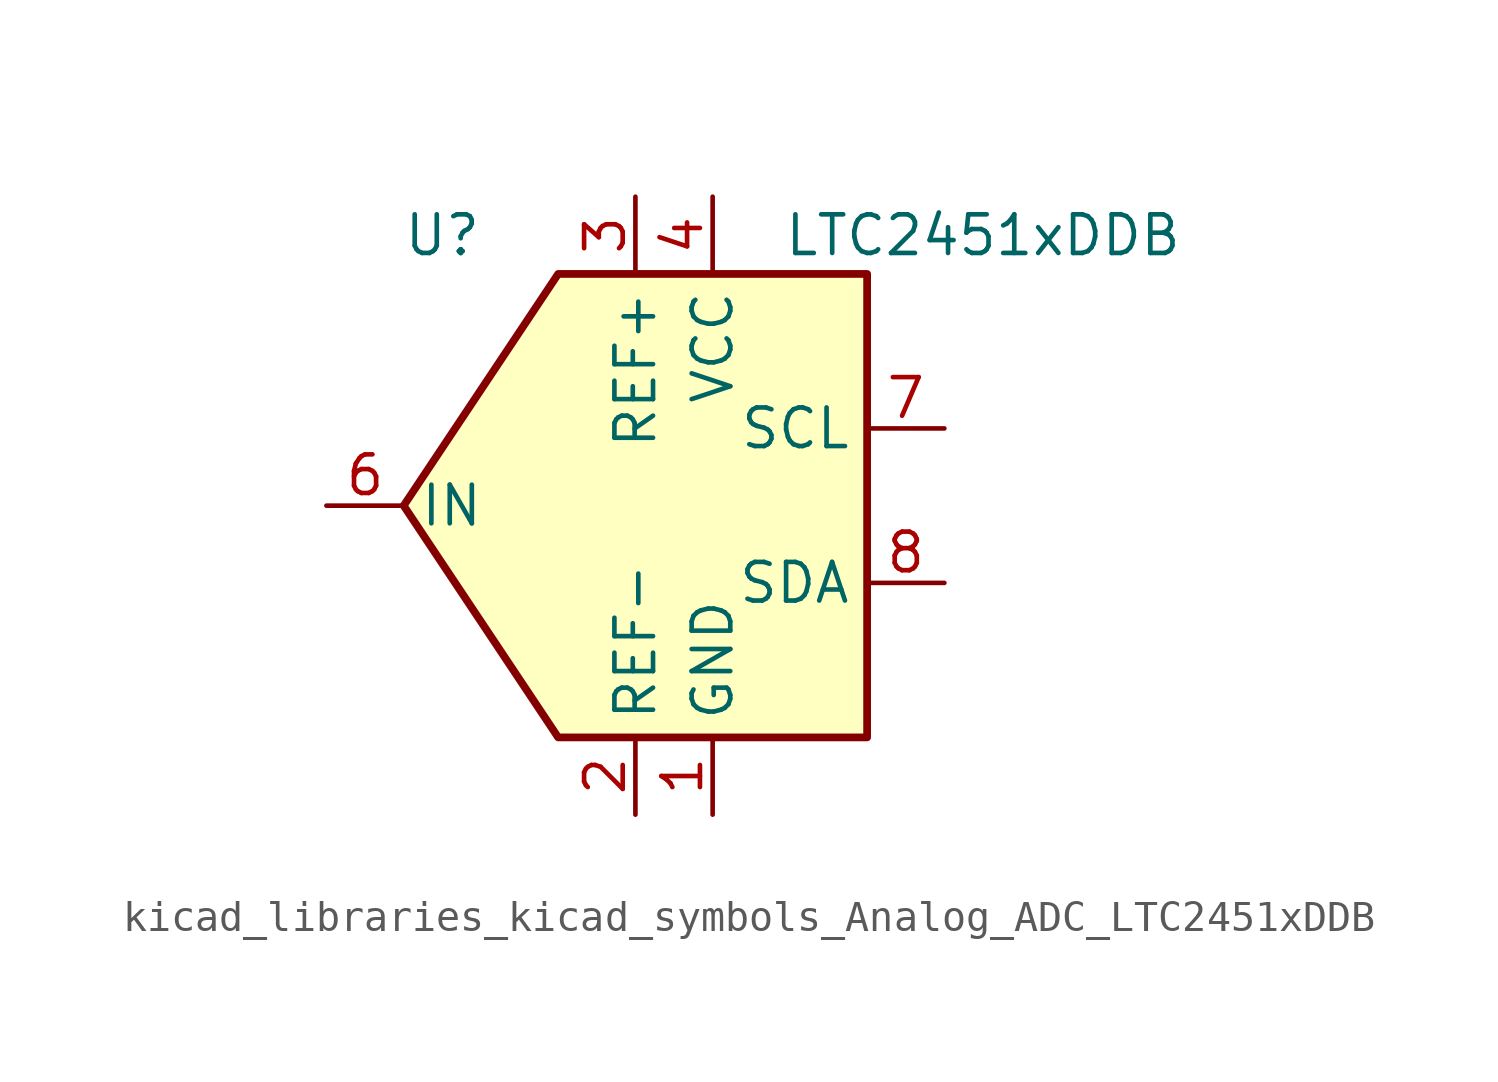
<source format=kicad_sym>
(kicad_symbol_lib
  (version 20220914)
  (generator kicad_symbol_editor)
  (symbol "kicad_libraries_kicad_symbols_Analog_ADC_LTC2451xDDB"
    (property "Reference" "U"
      (at -6.35 8.89 0)
      (effects (font (size 1.27 1.27))))
    (property "Value" "LTC2451xDDB"
      (at 11.43 8.89 0)
      (effects (font (size 1.27 1.27))))
    (symbol "kicad_libraries_kicad_symbols_Analog_ADC_LTC2451xDDB_1_1"
      (polyline (pts (xy -2.54 7.62) (xy 3.81 7.62) (xy 7.62 7.62) (xy 7.62 -7.62) (xy -2.54 -7.62) (xy -7.62 0) (xy -2.54 7.62)) (stroke (width 0.254) (type default)) (fill (type background)))
      (pin power_in line (at 2.54 -10.16 90) (length 2.54) (name "GND" (effects (font (size 1.27 1.27)))) (number "1" (effects (font (size 1.27 1.27)))))
      (pin power_in line (at 0 -10.16 90) (length 2.54) (name "REF-" (effects (font (size 1.27 1.27)))) (number "2" (effects (font (size 1.27 1.27)))))
      (pin power_in line (at 0 10.16 270) (length 2.54) (name "REF+" (effects (font (size 1.27 1.27)))) (number "3" (effects (font (size 1.27 1.27)))))
      (pin power_in line (at 2.54 10.16 270) (length 2.54) (name "VCC" (effects (font (size 1.27 1.27)))) (number "4" (effects (font (size 1.27 1.27)))))
      (pin passive line (at 2.54 -10.16 90) (length 2.54) hide (name "GND" (effects (font (size 1.27 1.27)))) (number "5" (effects (font (size 1.27 1.27)))))
      (pin input line (at -10.16 0 0) (length 2.54) (name "IN" (effects (font (size 1.27 1.27)))) (number "6" (effects (font (size 1.27 1.27)))))
      (pin input line (at 10.16 2.54 180) (length 2.54) (name "SCL" (effects (font (size 1.27 1.27)))) (number "7" (effects (font (size 1.27 1.27)))))
      (pin bidirectional line (at 10.16 -2.54 180) (length 2.54) (name "SDA" (effects (font (size 1.27 1.27)))) (number "8" (effects (font (size 1.27 1.27)))))
      (pin passive line (at 2.54 -10.16 90) (length 2.54) hide (name "GND" (effects (font (size 1.27 1.27)))) (number "9" (effects (font (size 1.27 1.27))))))))
</source>
